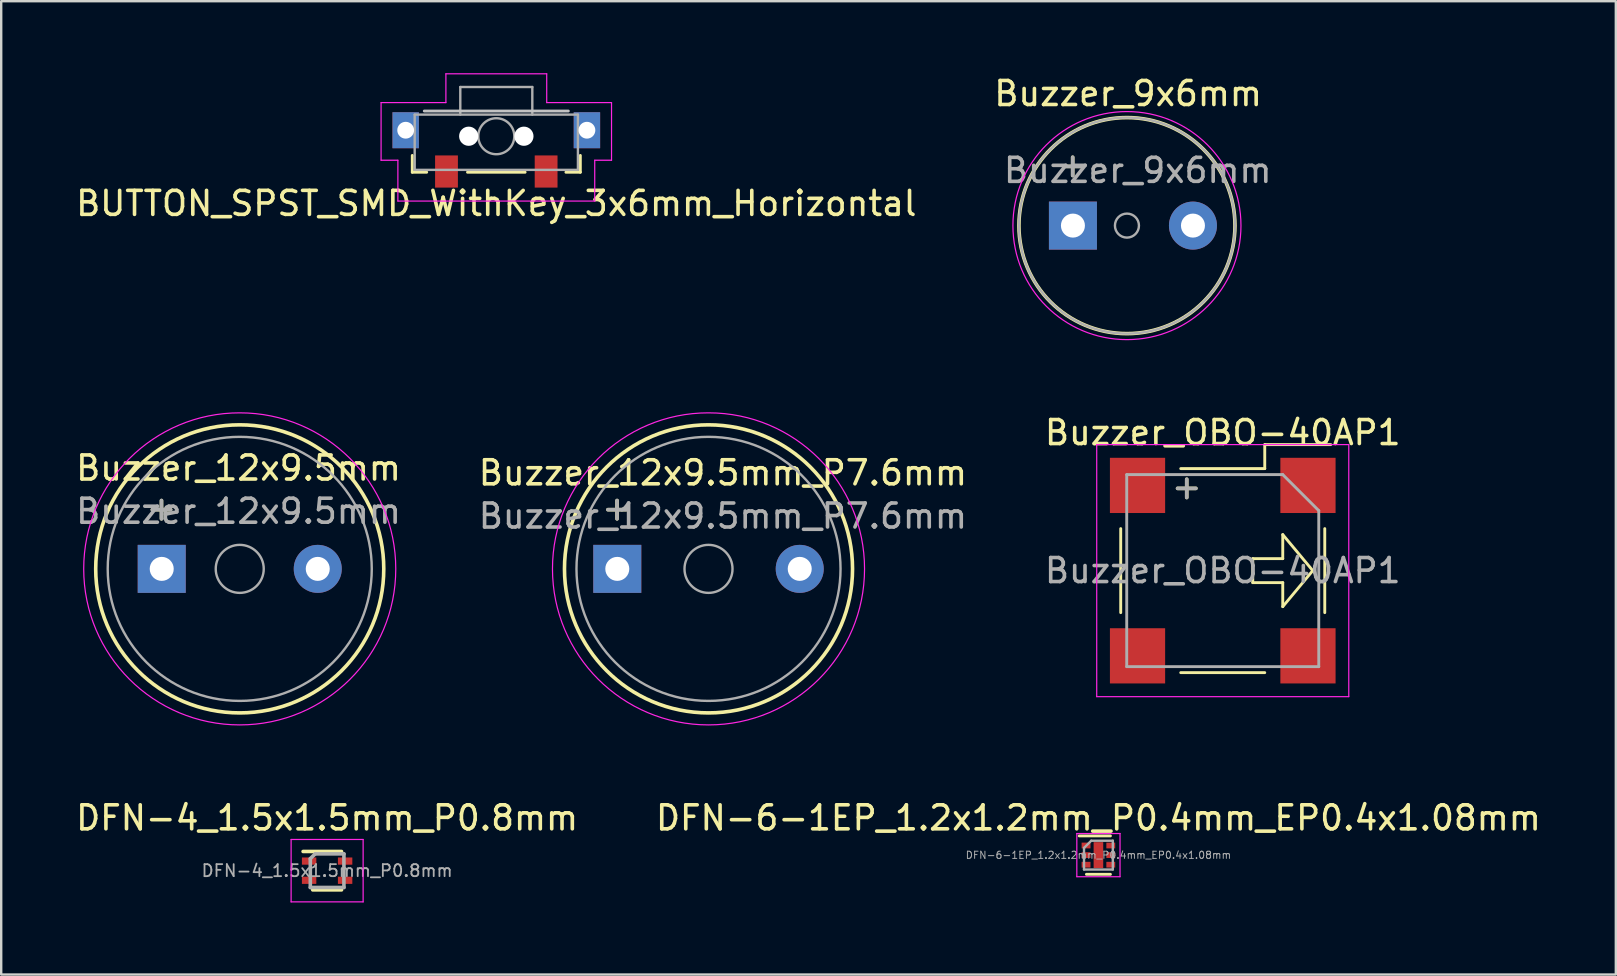
<source format=kicad_pcb>
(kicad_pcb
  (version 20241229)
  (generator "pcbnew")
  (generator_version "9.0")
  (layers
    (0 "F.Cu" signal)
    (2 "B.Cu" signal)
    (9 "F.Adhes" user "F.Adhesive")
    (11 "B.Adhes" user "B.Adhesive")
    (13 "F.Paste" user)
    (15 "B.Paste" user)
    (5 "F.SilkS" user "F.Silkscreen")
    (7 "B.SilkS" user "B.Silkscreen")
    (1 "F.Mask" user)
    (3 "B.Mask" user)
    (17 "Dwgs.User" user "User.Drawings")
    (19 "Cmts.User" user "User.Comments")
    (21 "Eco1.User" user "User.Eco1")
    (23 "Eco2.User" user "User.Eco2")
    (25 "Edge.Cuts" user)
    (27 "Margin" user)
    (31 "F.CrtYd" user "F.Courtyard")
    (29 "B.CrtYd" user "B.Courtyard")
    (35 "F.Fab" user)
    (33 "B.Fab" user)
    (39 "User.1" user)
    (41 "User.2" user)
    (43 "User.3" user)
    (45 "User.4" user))
  (footprint "DFN-6-1EP_1.2x1.2mm_P0.4mm_EP0.4x1.08mm"
    (layer "F.Cu")
    (at 42.708 32.572)
    (property "Reference" "DFN-6-1EP_1.2x1.2mm_P0.4mm_EP0.4x1.08mm" (at 0 -1.55 0) (layer "F.SilkS") (effects (font (size 1 1) (thickness 0.15))))
    (attr smd)
    (fp_line (start -0.8 -0.8) (end 0.5 -0.8) (stroke (width 0.12) (type solid)) (layer "F.SilkS"))
    (fp_line (start -0.5 0.8) (end 0.5 0.8) (stroke (width 0.12) (type solid)) (layer "F.SilkS"))
    (fp_line (start -0.9 -0.9) (end -0.9 0.9) (stroke (width 0.05) (type solid)) (layer "F.CrtYd"))
    (fp_line (start -0.9 0.9) (end 0.9 0.9) (stroke (width 0.05) (type solid)) (layer "F.CrtYd"))
    (fp_line (start 0.9 -0.9) (end -0.9 -0.9) (stroke (width 0.05) (type solid)) (layer "F.CrtYd"))
    (fp_line (start 0.9 0.9) (end 0.9 -0.9) (stroke (width 0.05) (type solid)) (layer "F.CrtYd"))
    (fp_line (start -0.6 -0.3) (end -0.3 -0.6) (stroke (width 0.1) (type solid)) (layer "F.Fab"))
    (fp_line (start -0.6 0.6) (end -0.6 -0.3) (stroke (width 0.1) (type solid)) (layer "F.Fab"))
    (fp_line (start -0.3 -0.6) (end 0.6 -0.6) (stroke (width 0.1) (type solid)) (layer "F.Fab"))
    (fp_line (start 0.6 -0.6) (end 0.6 0.6) (stroke (width 0.1) (type solid)) (layer "F.Fab"))
    (fp_line (start 0.6 0.6) (end -0.6 0.6) (stroke (width 0.1) (type solid)) (layer "F.Fab"))
    (fp_text user "${REFERENCE}" (at 0 0 0) (layer "F.Fab") (effects (font (size 0.3 0.3) (thickness 0.04))))
    (pad "" smd roundrect (at 0 -0.3) (size 0.32 0.4) (layers "F.Paste") (roundrect_rratio 0.25))
    (pad "" smd roundrect (at 0 0.3) (size 0.32 0.4) (layers "F.Paste") (roundrect_rratio 0.25))
    (pad "1" smd rect (at -0.515 -0.4) (size 0.37 0.24) (layers "F.Cu" "F.Mask" "F.Paste"))
    (pad "2" smd rect (at -0.515 0) (size 0.37 0.24) (layers "F.Cu" "F.Mask" "F.Paste"))
    (pad "3" smd rect (at -0.515 0.4) (size 0.37 0.24) (layers "F.Cu" "F.Mask" "F.Paste"))
    (pad "4" smd rect (at 0.515 0.4) (size 0.37 0.24) (layers "F.Cu" "F.Mask" "F.Paste"))
    (pad "5" smd rect (at 0.515 0) (size 0.37 0.24) (layers "F.Cu" "F.Mask" "F.Paste"))
    (pad "6" smd rect (at 0.515 -0.4) (size 0.37 0.24) (layers "F.Cu" "F.Mask" "F.Paste"))
    (pad "7" smd rect (at 0 0) (size 0.4 1.08) (layers "F.Cu" "F.Mask")))
  (footprint "DFN-4_1.5x1.5mm_P0.8mm"
    (layer "F.Cu")
    (at 10.577 33.221)
    (property "Reference" "DFN-4_1.5x1.5mm_P0.8mm" (at 0 -2.2 0) (layer "F.SilkS") (effects (font (size 1 1) (thickness 0.15))))
    (attr smd)
    (fp_line (start -1 -0.8) (end 0.6 -0.8) (stroke (width 0.15) (type solid)) (layer "F.SilkS"))
    (fp_line (start -0.6 0.8) (end 0.6 0.8) (stroke (width 0.15) (type solid)) (layer "F.SilkS"))
    (fp_line (start -1.5 -1.3) (end -1.5 1.3) (stroke (width 0.05) (type solid)) (layer "F.CrtYd"))
    (fp_line (start -1.5 -1.3) (end 1.5 -1.3) (stroke (width 0.05) (type solid)) (layer "F.CrtYd"))
    (fp_line (start -1.5 1.3) (end 1.5 1.3) (stroke (width 0.05) (type solid)) (layer "F.CrtYd"))
    (fp_line (start 1.5 -1.3) (end 1.5 1.3) (stroke (width 0.05) (type solid)) (layer "F.CrtYd"))
    (fp_line (start -0.7 -0.5) (end -0.5 -0.7) (stroke (width 0.15) (type solid)) (layer "F.Fab"))
    (fp_line (start -0.7 0.7) (end -0.7 -0.5) (stroke (width 0.15) (type solid)) (layer "F.Fab"))
    (fp_line (start -0.5 -0.7) (end 0.7 -0.7) (stroke (width 0.15) (type solid)) (layer "F.Fab"))
    (fp_line (start 0.7 -0.7) (end 0.7 0.7) (stroke (width 0.15) (type solid)) (layer "F.Fab"))
    (fp_line (start 0.7 0.7) (end -0.7 0.7) (stroke (width 0.15) (type solid)) (layer "F.Fab"))
    (fp_text user "${REFERENCE}" (at 0 0 0) (layer "F.Fab") (effects (font (size 0.5 0.5) (thickness 0.075))))
    (pad "1" smd rect (at -0.75 -0.4) (size 0.6 0.3) (layers "F.Cu" "F.Mask" "F.Paste"))
    (pad "2" smd rect (at -0.75 0.4) (size 0.6 0.3) (layers "F.Cu" "F.Mask" "F.Paste"))
    (pad "3" smd rect (at 0.75 0.4) (size 0.6 0.3) (layers "F.Cu" "F.Mask" "F.Paste"))
    (pad "4" smd rect (at 0.75 -0.4) (size 0.6 0.3) (layers "F.Cu" "F.Mask" "F.Paste")))
  (footprint "Buzzer_12x9.5mm"
    (layer "F.Cu")
    (at 3.687 20.648)
    (property "Reference" "Buzzer_12x9.5mm" (at 3.2 -4.2 0) (layer "F.SilkS") (effects (font (size 1 1) (thickness 0.15))))
    (attr through_hole)
    (fp_circle (center 3.25 0) (end 9.25 0) (stroke (width 0.15) (type solid)) (fill no) (layer "F.SilkS"))
    (fp_circle (center 3.25 0) (end 9.75 0) (stroke (width 0.05) (type solid)) (fill no) (layer "F.CrtYd"))
    (fp_circle (center 3.25 0) (end 4.25 0) (stroke (width 0.1) (type solid)) (fill no) (layer "F.Fab"))
    (fp_circle (center 3.25 0) (end 8.75 0) (stroke (width 0.1) (type solid)) (fill no) (layer "F.Fab"))
    (fp_text user "+" (at -0.01 -2.54 0) (layer "F.SilkS") (effects (font (size 1 1) (thickness 0.15))))
    (fp_text user "+" (at -0.01 -2.54 0) (layer "F.Fab") (effects (font (size 1 1) (thickness 0.15))))
    (fp_text user "${REFERENCE}" (at 3.2 -2.4 0) (layer "F.Fab") (effects (font (size 1 1) (thickness 0.15))))
    (pad "1" thru_hole rect (at 0 0) (size 2 2) (drill 1) (layers "*.Cu" "*.Mask"))
    (pad "2" thru_hole circle (at 6.5 0) (size 2 2) (drill 1) (layers "*.Cu" "*.Mask")))
  (footprint "Buzzer_12x9.5mm_P7.6mm"
    (layer "F.Cu")
    (at 22.665 20.648)
    (property "Reference" "Buzzer_12x9.5mm_P7.6mm" (at 4.4 -4 0) (layer "F.SilkS") (effects (font (size 1 1) (thickness 0.15))))
    (attr through_hole)
    (fp_circle (center 3.8 0) (end 9.8 0) (stroke (width 0.15) (type solid)) (fill no) (layer "F.SilkS"))
    (fp_circle (center 3.8 0) (end 10.3 0) (stroke (width 0.05) (type solid)) (fill no) (layer "F.CrtYd"))
    (fp_circle (center 3.8 0) (end 4.8 0) (stroke (width 0.1) (type solid)) (fill no) (layer "F.Fab"))
    (fp_circle (center 3.8 0) (end 9.3 0) (stroke (width 0.1) (type solid)) (fill no) (layer "F.Fab"))
    (fp_text user "+" (at -0.01 -2.54 0) (layer "F.SilkS") (effects (font (size 1 1) (thickness 0.15))))
    (fp_text user "+" (at -0.01 -2.54 0) (layer "F.Fab") (effects (font (size 1 1) (thickness 0.15))))
    (fp_text user "${REFERENCE}" (at 4.4 -2.2 0) (layer "F.Fab") (effects (font (size 1 1) (thickness 0.15))))
    (pad "1" thru_hole rect (at 0 0) (size 2 2) (drill 1) (layers "*.Cu" "*.Mask"))
    (pad "2" thru_hole circle (at 7.6 0) (size 2 2) (drill 1) (layers "*.Cu" "*.Mask")))
  (footprint "Buzzer_OBO-40AP1"
    (layer "F.Cu")
    (at 47.887 20.721)
    (property "Reference" "Buzzer_OBO-40AP1" (at 0 -5.75 0) (layer "F.SilkS") (effects (font (size 1 1) (thickness 0.15))))
    (attr smd)
    (fp_line (start -4.25 1.75) (end -4.25 -1.75) (stroke (width 0.12) (type solid)) (layer "F.SilkS"))
    (fp_line (start -1.75 -4.25) (end 1.75 -4.25) (stroke (width 0.12) (type solid)) (layer "F.SilkS"))
    (fp_line (start -1.75 4.25) (end 1.75 4.25) (stroke (width 0.12) (type solid)) (layer "F.SilkS"))
    (fp_line (start 1.25 -0.5) (end 1.25 0.5) (stroke (width 0.12) (type solid)) (layer "F.SilkS"))
    (fp_line (start 1.25 0.5) (end 2.5 0.5) (stroke (width 0.12) (type solid)) (layer "F.SilkS"))
    (fp_line (start 1.75 -5.25) (end 4.5 -5.25) (stroke (width 0.12) (type solid)) (layer "F.SilkS"))
    (fp_line (start 1.75 -4.25) (end 1.75 -5.25) (stroke (width 0.12) (type solid)) (layer "F.SilkS"))
    (fp_line (start 2.5 -1.5) (end 2.5 -0.5) (stroke (width 0.12) (type solid)) (layer "F.SilkS"))
    (fp_line (start 2.5 -0.5) (end 1.25 -0.5) (stroke (width 0.12) (type solid)) (layer "F.SilkS"))
    (fp_line (start 2.5 0.5) (end 2.5 1.5) (stroke (width 0.12) (type solid)) (layer "F.SilkS"))
    (fp_line (start 2.5 1.5) (end 3.75 0) (stroke (width 0.12) (type solid)) (layer "F.SilkS"))
    (fp_line (start 3.75 0) (end 2.5 -1.5) (stroke (width 0.12) (type solid)) (layer "F.SilkS"))
    (fp_line (start 4.25 1.75) (end 4.25 -1.75) (stroke (width 0.12) (type solid)) (layer "F.SilkS"))
    (fp_line (start -5.25 -5.25) (end 5.25 -5.25) (stroke (width 0.05) (type solid)) (layer "F.CrtYd"))
    (fp_line (start -5.25 5.25) (end -5.25 -5.25) (stroke (width 0.05) (type solid)) (layer "F.CrtYd"))
    (fp_line (start 5.25 -5.25) (end 5.25 5.25) (stroke (width 0.05) (type solid)) (layer "F.CrtYd"))
    (fp_line (start 5.25 5.25) (end -5.25 5.25) (stroke (width 0.05) (type solid)) (layer "F.CrtYd"))
    (fp_line (start -4 -4) (end 2.5 -4) (stroke (width 0.12) (type solid)) (layer "F.Fab"))
    (fp_line (start -4 4) (end -4 -4) (stroke (width 0.12) (type solid)) (layer "F.Fab"))
    (fp_line (start -4 4) (end 4 4) (stroke (width 0.12) (type solid)) (layer "F.Fab"))
    (fp_line (start 4 -2.5) (end 2.5 -4) (stroke (width 0.12) (type solid)) (layer "F.Fab"))
    (fp_line (start 4 4) (end 4 -2.5) (stroke (width 0.12) (type solid)) (layer "F.Fab"))
    (fp_text user "+" (at -1.5 -3.5 0) (layer "F.SilkS") (effects (font (size 1 1) (thickness 0.15))))
    (fp_text user "+" (at -1.5 -3.5 0) (layer "F.Fab") (effects (font (size 1 1) (thickness 0.15))))
    (fp_text user "${REFERENCE}" (at 0 0 0) (layer "F.Fab") (effects (font (size 1 1) (thickness 0.15))))
    (pad "" smd rect (at 3.55 -3.55) (size 2.3 2.3) (layers "F.Cu" "F.Mask" "F.Paste"))
    (pad "" smd rect (at 3.55 3.55) (size 2.3 2.3) (layers "F.Cu" "F.Mask" "F.Paste"))
    (pad "1" smd rect (at -3.55 -3.55) (size 2.3 2.3) (layers "F.Cu" "F.Mask" "F.Paste"))
    (pad "2" smd rect (at -3.55 3.55) (size 2.3 2.3) (layers "F.Cu" "F.Mask" "F.Paste")))
  (footprint "Buzzer_9x6mm"
    (layer "F.Cu")
    (at 41.646 6.348)
    (property "Reference" "Buzzer_9x6mm" (at 2.3 -5.5 0) (layer "F.SilkS") (effects (font (size 1 1) (thickness 0.15))))
    (attr through_hole)
    (fp_circle (center 2.25 0) (end 6.75 0) (stroke (width 0.15) (type solid)) (fill no) (layer "F.SilkS"))
    (fp_circle (center 2.25 0) (end 7 0) (stroke (width 0.05) (type solid)) (fill no) (layer "F.CrtYd"))
    (fp_circle (center 2.25 0) (end 2.75 0) (stroke (width 0.1) (type solid)) (fill no) (layer "F.Fab"))
    (fp_circle (center 2.25 0) (end 6.75 0) (stroke (width 0.1) (type solid)) (fill no) (layer "F.Fab"))
    (fp_text user "+" (at -0.01 -2.54 0) (layer "F.SilkS") (effects (font (size 1 1) (thickness 0.15))))
    (fp_text user "+" (at -0.01 -2.54 0) (layer "F.Fab") (effects (font (size 1 1) (thickness 0.15))))
    (fp_text user "${REFERENCE}" (at 2.7 -2.3 0) (layer "F.Fab") (effects (font (size 1 1) (thickness 0.15))))
    (pad "1" thru_hole rect (at 0 0) (size 2 2) (drill 1) (layers "*.Cu" "*.Mask"))
    (pad "2" thru_hole circle (at 5 0) (size 2 2) (drill 1) (layers "*.Cu" "*.Mask")))
  (footprint "BUTTON_SPST_SMD_WithKey_3x6mm_Horizontal"
    (layer "F.Cu")
    (at 17.625 2.625)
    (property "Reference" "BUTTON_SPST_SMD_WithKey_3x6mm_Horizontal" (at 0 2.8 0) (layer "F.SilkS") (effects (font (size 1 1) (thickness 0.15))))
    (attr smd)
    (fp_line (start -3.5 0.8) (end -3.5 1.5) (stroke (width 0.12) (type solid)) (layer "F.SilkS"))
    (fp_line (start -3.5 1.5) (end -2.9 1.5) (stroke (width 0.12) (type solid)) (layer "F.SilkS"))
    (fp_line (start -1.2 1.5) (end 1.2 1.5) (stroke (width 0.12) (type solid)) (layer "F.SilkS"))
    (fp_line (start 2.9 1.5) (end 3.5 1.5) (stroke (width 0.12) (type solid)) (layer "F.SilkS"))
    (fp_line (start 3.5 1.5) (end 3.5 0.8) (stroke (width 0.12) (type solid)) (layer "F.SilkS"))
    (fp_line (start -3 -1.05) (end 3 -1.05) (stroke (width 0.12) (type solid)) (layer "Dwgs.User"))
    (fp_line (start -4.8 -1.4) (end -4.8 1) (stroke (width 0.05) (type solid)) (layer "F.CrtYd"))
    (fp_line (start -4.8 1) (end -4.1 1) (stroke (width 0.05) (type solid)) (layer "F.CrtYd"))
    (fp_line (start -4.1 1) (end -4.1 2.7) (stroke (width 0.05) (type solid)) (layer "F.CrtYd"))
    (fp_line (start -2.1 -2.6) (end -2.1 -1.4) (stroke (width 0.05) (type solid)) (layer "F.CrtYd"))
    (fp_line (start -2.1 -1.4) (end -4.8 -1.4) (stroke (width 0.05) (type solid)) (layer "F.CrtYd"))
    (fp_line (start 2.1 -2.6) (end -2.1 -2.6) (stroke (width 0.05) (type solid)) (layer "F.CrtYd"))
    (fp_line (start 2.1 -2.6) (end 2.1 -1.4) (stroke (width 0.05) (type solid)) (layer "F.CrtYd"))
    (fp_line (start 4.1 1) (end 4.1 2.7) (stroke (width 0.05) (type solid)) (layer "F.CrtYd"))
    (fp_line (start 4.1 1) (end 4.8 1) (stroke (width 0.05) (type solid)) (layer "F.CrtYd"))
    (fp_line (start 4.1 2.7) (end -4.1 2.7) (stroke (width 0.05) (type solid)) (layer "F.CrtYd"))
    (fp_line (start 4.8 -1.4) (end 2.1 -1.4) (stroke (width 0.05) (type solid)) (layer "F.CrtYd"))
    (fp_line (start 4.8 -1.4) (end 4.8 1) (stroke (width 0.05) (type solid)) (layer "F.CrtYd"))
    (fp_line (start -3.4 -0.9) (end 3.4 -0.9) (stroke (width 0.1) (type solid)) (layer "F.Fab"))
    (fp_line (start -3.4 1.4) (end -3.4 -0.9) (stroke (width 0.1) (type solid)) (layer "F.Fab"))
    (fp_line (start -1.5 -2.05) (end 1.5 -2.05) (stroke (width 0.1) (type solid)) (layer "F.Fab"))
    (fp_line (start -1.5 -0.9) (end -1.5 -2.05) (stroke (width 0.1) (type solid)) (layer "F.Fab"))
    (fp_line (start 1.5 -0.9) (end 1.5 -2.05) (stroke (width 0.1) (type solid)) (layer "F.Fab"))
    (fp_line (start 3.4 -0.9) (end 3.4 1.4) (stroke (width 0.1) (type solid)) (layer "F.Fab"))
    (fp_line (start 3.4 1.4) (end -3.4 1.4) (stroke (width 0.1) (type solid)) (layer "F.Fab"))
    (fp_circle (center 0 0) (end 0.75 0) (stroke (width 0.1) (type solid)) (fill no) (layer "F.Fab"))
    (pad "" thru_hole rect (at -3.775 -0.25) (size 1.1 1.5) (drill 0.7) (layers "*.Cu" "*.Mask"))
    (pad "" np_thru_hole circle (at -1.15 0) (size 0.8 0.8) (drill 0.8) (layers "*.Cu" "*.Mask"))
    (pad "" np_thru_hole circle (at 1.15 0) (size 0.8 0.8) (drill 0.8) (layers "*.Cu" "*.Mask"))
    (pad "" thru_hole rect (at 3.775 -0.25) (size 1.1 1.5) (drill 0.7) (layers "*.Cu" "*.Mask"))
    (pad "1" smd rect (at -2.075 1.47) (size 0.95 1.34) (layers "F.Cu" "F.Mask" "F.Paste"))
    (pad "2" smd rect (at 2.075 1.47) (size 0.95 1.34) (layers "F.Cu" "F.Mask" "F.Paste")))
  (gr_rect
    (start -3 -3)
    (end 64.262 37.547)
    (stroke (width 0.1) (type default))
    (fill no)
    (layer "Edge.Cuts")))
</source>
